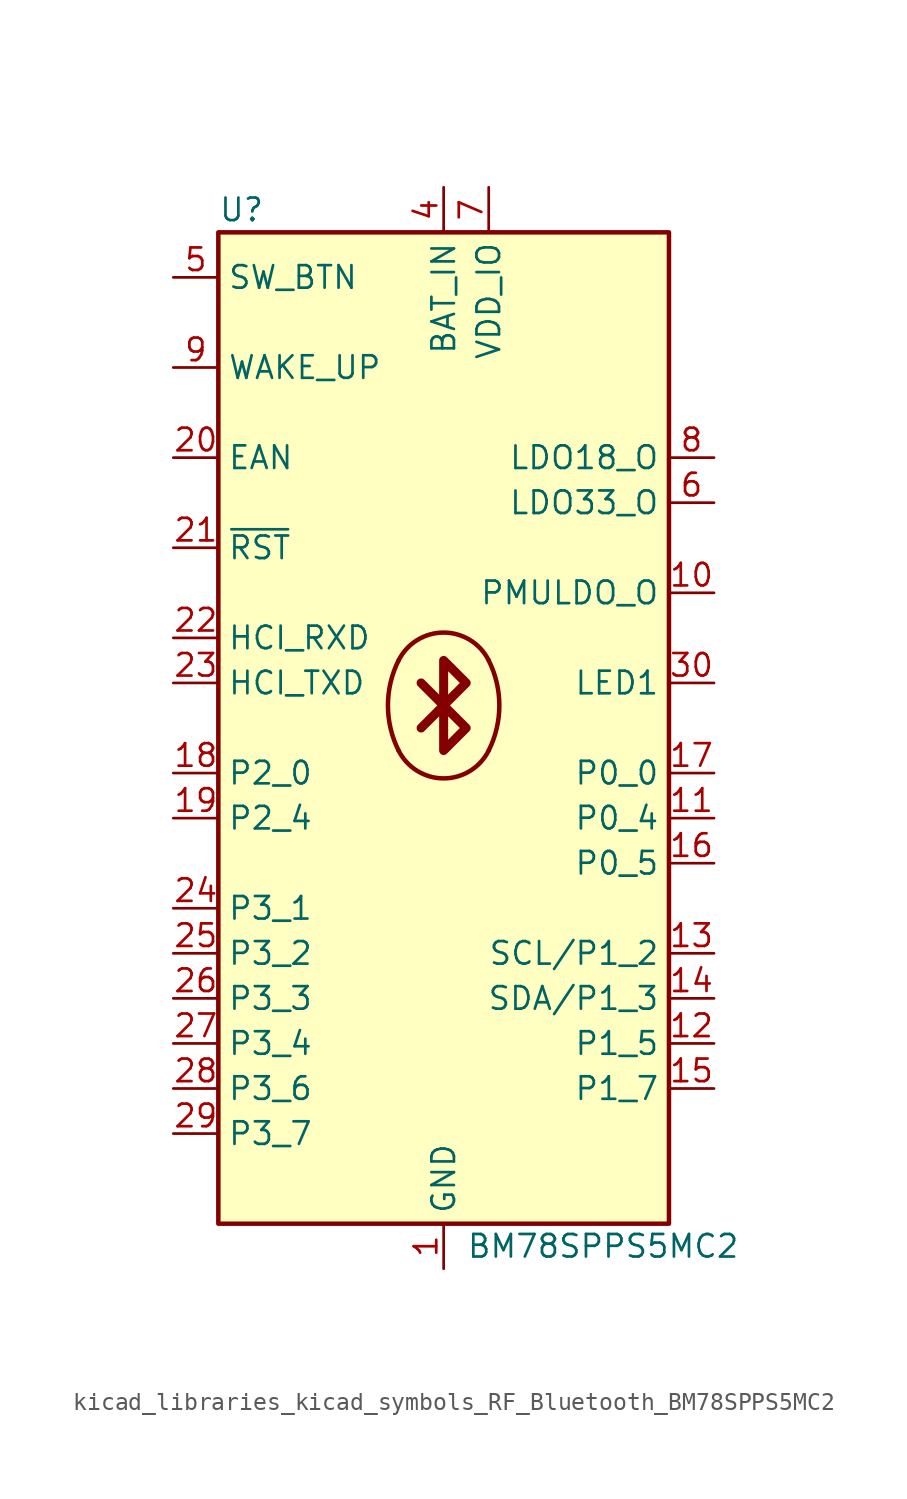
<source format=kicad_sym>
(kicad_symbol_lib
  (version 20220914)
  (generator kicad_symbol_editor)
  (symbol "kicad_libraries_kicad_symbols_RF_Bluetooth_BM78SPPS5MC2"
    (property "Reference" "U"
      (at -12.7 29.21 0)
      (effects (font (size 1.27 1.27)) (justify left)))
    (property "Value" "BM78SPPS5MC2"
      (at 1.27 -29.21 0)
      (effects (font (size 1.27 1.27)) (justify left)))
    (symbol "kicad_libraries_kicad_symbols_RF_Bluetooth_BM78SPPS5MC2_0_1"
      (rectangle (start -12.7 27.94) (end 12.7 -27.94) (stroke (width 0.254) (type default)) (fill (type background)))
      (arc (start -2.54 -1.27) (mid 0 -2.8398) (end 2.54 -1.27) (stroke (width 0.254) (type default)) (fill (type background)))
      (arc (start -2.54 3.81) (mid -3.1396 1.27) (end -2.54 -1.27) (stroke (width 0.254) (type default)) (fill (type background)))
      (polyline (pts (xy 0 1.27) (xy -1.27 0)) (stroke (width 0.508) (type default)) (fill (type none)))
      (polyline (pts (xy 0 1.27) (xy -1.27 2.54)) (stroke (width 0.508) (type default)) (fill (type none)))
      (polyline (pts (xy 0 3.81) (xy 1.27 2.54) (xy 0 1.27) (xy 1.27 0) (xy 0 -1.27) (xy 0 3.81)) (stroke (width 0.508) (type default)) (fill (type none)))
      (arc (start 2.54 -1.27) (mid 3.1396 1.27) (end 2.54 3.81) (stroke (width 0.254) (type default)) (fill (type background)))
      (arc (start 2.54 3.81) (mid 0 5.3798) (end -2.54 3.81) (stroke (width 0.254) (type default)) (fill (type background))))
    (symbol "kicad_libraries_kicad_symbols_RF_Bluetooth_BM78SPPS5MC2_1_1"
      (pin power_in line (at 0 -30.48 90) (length 2.54) (name "GND" (effects (font (size 1.27 1.27)))) (number "1" (effects (font (size 1.27 1.27)))))
      (pin passive line (at 15.24 7.62 180) (length 2.54) (name "PMULDO_O" (effects (font (size 1.27 1.27)))) (number "10" (effects (font (size 1.27 1.27)))))
      (pin output line (at 15.24 -5.08 180) (length 2.54) (name "P0_4" (effects (font (size 1.27 1.27)))) (number "11" (effects (font (size 1.27 1.27)))))
      (pin output line (at 15.24 -17.78 180) (length 2.54) (name "P1_5" (effects (font (size 1.27 1.27)))) (number "12" (effects (font (size 1.27 1.27)))))
      (pin output line (at 15.24 -12.7 180) (length 2.54) (name "SCL/P1_2" (effects (font (size 1.27 1.27)))) (number "13" (effects (font (size 1.27 1.27)))))
      (pin bidirectional line (at 15.24 -15.24 180) (length 2.54) (name "SDA/P1_3" (effects (font (size 1.27 1.27)))) (number "14" (effects (font (size 1.27 1.27)))))
      (pin bidirectional line (at 15.24 -20.32 180) (length 2.54) (name "P1_7" (effects (font (size 1.27 1.27)))) (number "15" (effects (font (size 1.27 1.27)))))
      (pin bidirectional line (at 15.24 -7.62 180) (length 2.54) (name "P0_5" (effects (font (size 1.27 1.27)))) (number "16" (effects (font (size 1.27 1.27)))))
      (pin bidirectional line (at 15.24 -2.54 180) (length 2.54) (name "P0_0" (effects (font (size 1.27 1.27)))) (number "17" (effects (font (size 1.27 1.27)))))
      (pin input line (at -15.24 -2.54 0) (length 2.54) (name "P2_0" (effects (font (size 1.27 1.27)))) (number "18" (effects (font (size 1.27 1.27)))))
      (pin input line (at -15.24 -5.08 0) (length 2.54) (name "P2_4" (effects (font (size 1.27 1.27)))) (number "19" (effects (font (size 1.27 1.27)))))
      (pin passive line (at 0 -30.48 90) (length 2.54) hide (name "GND" (effects (font (size 1.27 1.27)))) (number "2" (effects (font (size 1.27 1.27)))))
      (pin input line (at -15.24 15.24 0) (length 2.54) (name "EAN" (effects (font (size 1.27 1.27)))) (number "20" (effects (font (size 1.27 1.27)))))
      (pin input line (at -15.24 10.16 0) (length 2.54) (name "~{RST}" (effects (font (size 1.27 1.27)))) (number "21" (effects (font (size 1.27 1.27)))))
      (pin input line (at -15.24 5.08 0) (length 2.54) (name "HCI_RXD" (effects (font (size 1.27 1.27)))) (number "22" (effects (font (size 1.27 1.27)))))
      (pin output line (at -15.24 2.54 0) (length 2.54) (name "HCI_TXD" (effects (font (size 1.27 1.27)))) (number "23" (effects (font (size 1.27 1.27)))))
      (pin bidirectional line (at -15.24 -10.16 0) (length 2.54) (name "P3_1" (effects (font (size 1.27 1.27)))) (number "24" (effects (font (size 1.27 1.27)))))
      (pin bidirectional line (at -15.24 -12.7 0) (length 2.54) (name "P3_2" (effects (font (size 1.27 1.27)))) (number "25" (effects (font (size 1.27 1.27)))))
      (pin bidirectional line (at -15.24 -15.24 0) (length 2.54) (name "P3_3" (effects (font (size 1.27 1.27)))) (number "26" (effects (font (size 1.27 1.27)))))
      (pin bidirectional line (at -15.24 -17.78 0) (length 2.54) (name "P3_4" (effects (font (size 1.27 1.27)))) (number "27" (effects (font (size 1.27 1.27)))))
      (pin bidirectional line (at -15.24 -20.32 0) (length 2.54) (name "P3_6" (effects (font (size 1.27 1.27)))) (number "28" (effects (font (size 1.27 1.27)))))
      (pin bidirectional line (at -15.24 -22.86 0) (length 2.54) (name "P3_7" (effects (font (size 1.27 1.27)))) (number "29" (effects (font (size 1.27 1.27)))))
      (pin passive line (at 0 -30.48 90) (length 2.54) hide (name "GND" (effects (font (size 1.27 1.27)))) (number "3" (effects (font (size 1.27 1.27)))))
      (pin output line (at 15.24 2.54 180) (length 2.54) (name "LED1" (effects (font (size 1.27 1.27)))) (number "30" (effects (font (size 1.27 1.27)))))
      (pin passive line (at 0 -30.48 90) (length 2.54) hide (name "GND" (effects (font (size 1.27 1.27)))) (number "31" (effects (font (size 1.27 1.27)))))
      (pin passive line (at 0 -30.48 90) (length 2.54) hide (name "GND" (effects (font (size 1.27 1.27)))) (number "32" (effects (font (size 1.27 1.27)))))
      (pin passive line (at 0 -30.48 90) (length 2.54) hide (name "GND" (effects (font (size 1.27 1.27)))) (number "33" (effects (font (size 1.27 1.27)))))
      (pin power_in line (at 0 30.48 270) (length 2.54) (name "BAT_IN" (effects (font (size 1.27 1.27)))) (number "4" (effects (font (size 1.27 1.27)))))
      (pin input line (at -15.24 25.4 0) (length 2.54) (name "SW_BTN" (effects (font (size 1.27 1.27)))) (number "5" (effects (font (size 1.27 1.27)))))
      (pin power_out line (at 15.24 12.7 180) (length 2.54) (name "LDO33_O" (effects (font (size 1.27 1.27)))) (number "6" (effects (font (size 1.27 1.27)))))
      (pin power_in line (at 2.54 30.48 270) (length 2.54) (name "VDD_IO" (effects (font (size 1.27 1.27)))) (number "7" (effects (font (size 1.27 1.27)))))
      (pin power_out line (at 15.24 15.24 180) (length 2.54) (name "LDO18_O" (effects (font (size 1.27 1.27)))) (number "8" (effects (font (size 1.27 1.27)))))
      (pin input line (at -15.24 20.32 0) (length 2.54) (name "WAKE_UP" (effects (font (size 1.27 1.27)))) (number "9" (effects (font (size 1.27 1.27))))))))
</source>
